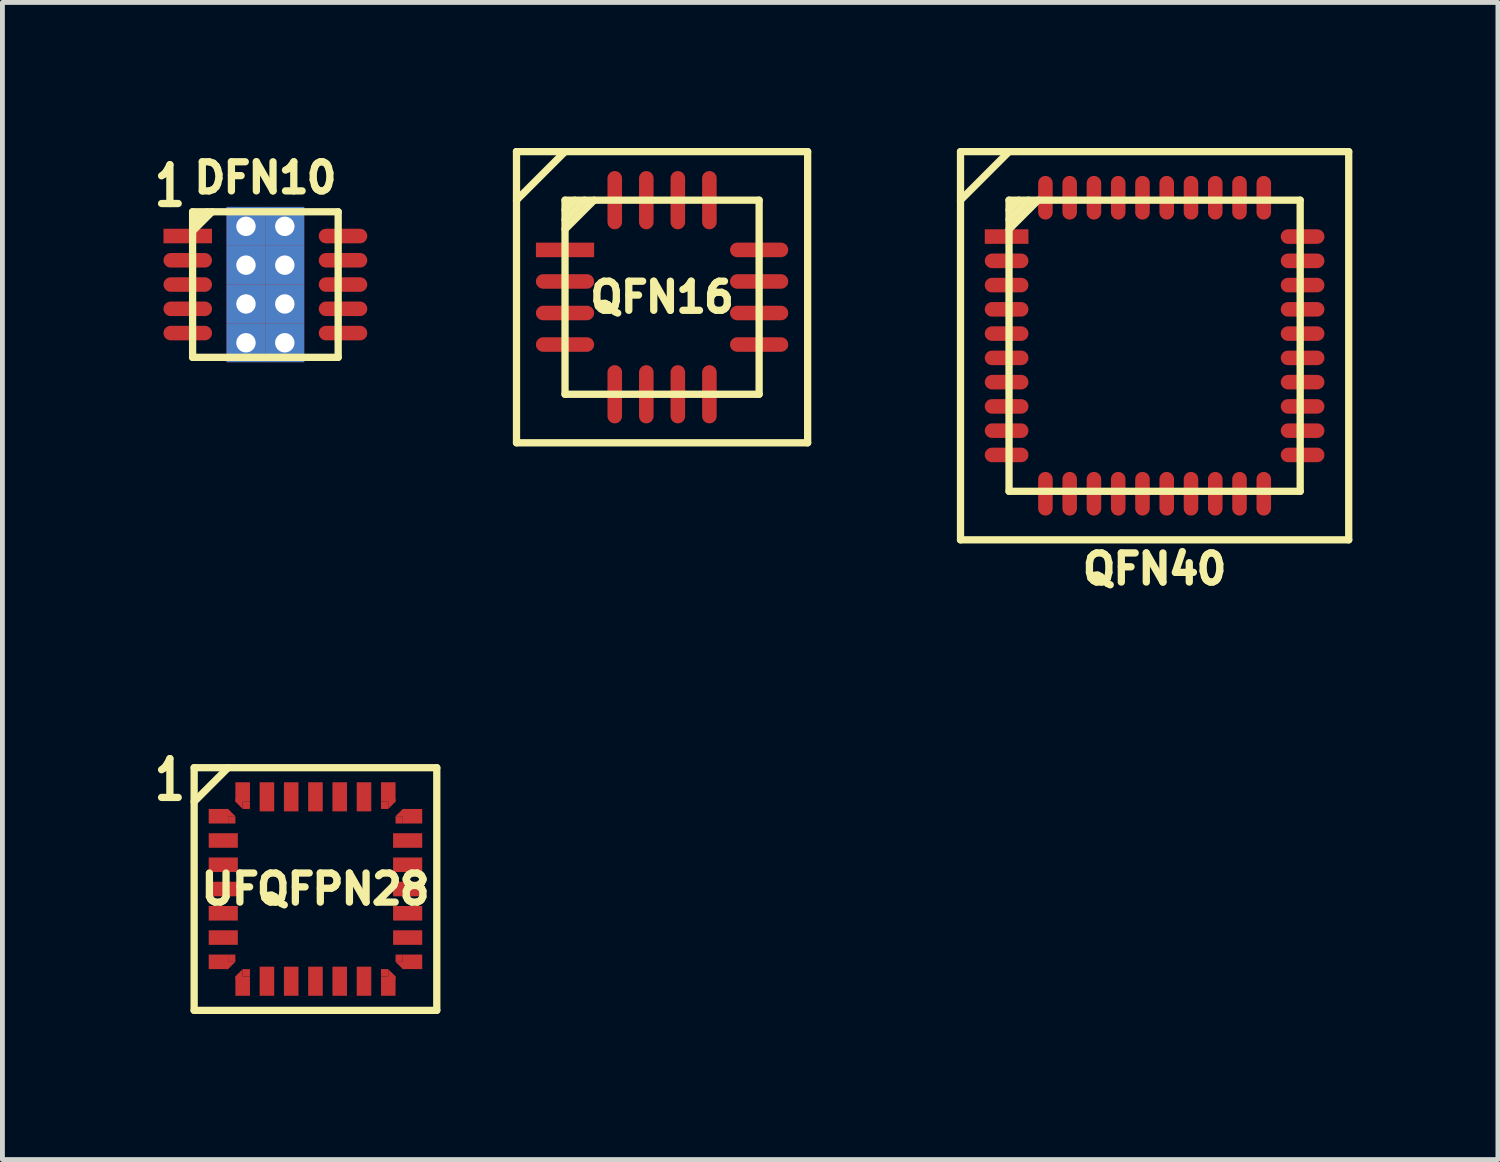
<source format=kicad_pcb>
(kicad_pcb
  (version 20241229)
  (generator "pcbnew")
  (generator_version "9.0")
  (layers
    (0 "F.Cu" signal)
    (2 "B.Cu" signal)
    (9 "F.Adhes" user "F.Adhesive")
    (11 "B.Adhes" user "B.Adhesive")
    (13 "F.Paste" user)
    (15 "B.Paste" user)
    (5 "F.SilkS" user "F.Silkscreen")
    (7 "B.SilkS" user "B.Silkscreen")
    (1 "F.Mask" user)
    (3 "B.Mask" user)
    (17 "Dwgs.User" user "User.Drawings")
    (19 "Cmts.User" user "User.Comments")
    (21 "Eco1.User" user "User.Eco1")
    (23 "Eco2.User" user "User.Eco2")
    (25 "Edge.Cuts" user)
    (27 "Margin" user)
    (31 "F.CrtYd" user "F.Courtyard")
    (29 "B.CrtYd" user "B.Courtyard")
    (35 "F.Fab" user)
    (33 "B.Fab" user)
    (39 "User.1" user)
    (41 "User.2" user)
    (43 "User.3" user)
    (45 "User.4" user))
  (footprint "QFN16"
    (layer "F.Cu")
    (at 10.594 3.075)
    (property "Reference" "QFN16" (at 0 0 0) (layer "F.SilkS") (effects (font (size 0.6 0.6) (thickness 0.15))))
    (attr smd)
    (fp_line (start -3 -3) (end -3 -3) (stroke (width 0.15) (type solid)) (layer "F.SilkS"))
    (fp_line (start -3 -3) (end 3 -3) (stroke (width 0.15) (type solid)) (layer "F.SilkS"))
    (fp_line (start -3 3) (end -3 -3) (stroke (width 0.15) (type solid)) (layer "F.SilkS"))
    (fp_line (start -2 -3) (end -3 -2) (stroke (width 0.15) (type solid)) (layer "F.SilkS"))
    (fp_line (start -2 -2) (end 2 -2) (stroke (width 0.15) (type solid)) (layer "F.SilkS"))
    (fp_line (start -2 -1.6) (end -1.6 -2) (stroke (width 0.15) (type solid)) (layer "F.SilkS"))
    (fp_line (start -2 2) (end -2 -2) (stroke (width 0.15) (type solid)) (layer "F.SilkS"))
    (fp_line (start -1.8 -2) (end -2 -1.8) (stroke (width 0.15) (type solid)) (layer "F.SilkS"))
    (fp_line (start -1.4 -2) (end -2 -1.4) (stroke (width 0.15) (type solid)) (layer "F.SilkS"))
    (fp_line (start 2 -2) (end 2 2) (stroke (width 0.15) (type solid)) (layer "F.SilkS"))
    (fp_line (start 2 2) (end -2 2) (stroke (width 0.15) (type solid)) (layer "F.SilkS"))
    (fp_line (start 3 -3) (end 3 3) (stroke (width 0.15) (type solid)) (layer "F.SilkS"))
    (fp_line (start 3 3) (end -3 3) (stroke (width 0.15) (type solid)) (layer "F.SilkS"))
    (pad "1" smd rect (at -2 -0.975) (size 1.2 0.3) (layers "F.Cu" "F.Mask" "F.Paste"))
    (pad "2" smd oval (at -2 -0.325) (size 1.2 0.3) (layers "F.Cu" "F.Mask" "F.Paste"))
    (pad "3" smd oval (at -2 0.325) (size 1.2 0.3) (layers "F.Cu" "F.Mask" "F.Paste"))
    (pad "4" smd oval (at -2 0.975) (size 1.2 0.3) (layers "F.Cu" "F.Mask" "F.Paste"))
    (pad "5" smd oval (at -0.975 2 270) (size 1.2 0.3) (layers "F.Cu" "F.Mask" "F.Paste"))
    (pad "6" smd oval (at -0.325 2 270) (size 1.2 0.3) (layers "F.Cu" "F.Mask" "F.Paste"))
    (pad "7" smd oval (at 0.325 2 270) (size 1.2 0.3) (layers "F.Cu" "F.Mask" "F.Paste"))
    (pad "8" smd oval (at 0.975 2 270) (size 1.2 0.3) (layers "F.Cu" "F.Mask" "F.Paste"))
    (pad "9" smd oval (at 2 0.975) (size 1.2 0.3) (layers "F.Cu" "F.Mask" "F.Paste"))
    (pad "10" smd oval (at 2 0.325) (size 1.2 0.3) (layers "F.Cu" "F.Mask" "F.Paste"))
    (pad "11" smd oval (at 2 -0.325) (size 1.2 0.3) (layers "F.Cu" "F.Mask" "F.Paste"))
    (pad "12" smd oval (at 2 -0.975) (size 1.2 0.3) (layers "F.Cu" "F.Mask" "F.Paste"))
    (pad "13" smd oval (at 0.975 -2 270) (size 1.2 0.3) (layers "F.Cu" "F.Mask" "F.Paste"))
    (pad "14" smd oval (at 0.325 -2 270) (size 1.2 0.3) (layers "F.Cu" "F.Mask" "F.Paste"))
    (pad "15" smd oval (at -0.325 -2 270) (size 1.2 0.3) (layers "F.Cu" "F.Mask" "F.Paste"))
    (pad "16" smd oval (at -0.975 -2 270) (size 1.2 0.3) (layers "F.Cu" "F.Mask" "F.Paste")))
  (footprint "DFN10"
    (layer "F.Cu")
    (at 2.419 2.814)
    (property "Reference" "DFN10" (at 0 -2.2 0) (layer "F.SilkS") (effects (font (size 0.6 0.6) (thickness 0.15))))
    (attr smd)
    (fp_line (start -1.5 -1.5) (end 1.5 -1.5) (stroke (width 0.15) (type solid)) (layer "F.SilkS"))
    (fp_line (start -1.5 1.5) (end -1.5 -1.5) (stroke (width 0.15) (type solid)) (layer "F.SilkS"))
    (fp_line (start -1.333 -1.46) (end -1.46 -1.333) (stroke (width 0.15) (type solid)) (layer "F.SilkS"))
    (fp_line (start -1.2 -1.5) (end -1.5 -1.2) (stroke (width 0.15) (type solid)) (layer "F.SilkS"))
    (fp_line (start -1.1 -1.5) (end -1.5 -1.1) (stroke (width 0.15) (type solid)) (layer "F.SilkS"))
    (fp_line (start 1.5 -1.5) (end 1.5 1.5) (stroke (width 0.15) (type solid)) (layer "F.SilkS"))
    (fp_line (start 1.5 1.5) (end -1.5 1.5) (stroke (width 0.15) (type solid)) (layer "F.SilkS"))
    (fp_text user "1" (at -1.968 -2.032 0) (layer "F.SilkS") (effects (font (size 0.8 0.6) (thickness 0.15))))
    (pad "1" smd rect (at -1.6 -1) (size 1 0.3) (layers "F.Cu" "F.Mask" "F.Paste"))
    (pad "2" smd oval (at -1.6 -0.5) (size 1 0.3) (layers "F.Cu" "F.Mask" "F.Paste"))
    (pad "3" smd oval (at -1.6 0) (size 1 0.3) (layers "F.Cu" "F.Mask" "F.Paste"))
    (pad "4" smd oval (at -1.6 0.5) (size 1 0.3) (layers "F.Cu" "F.Mask" "F.Paste"))
    (pad "5" smd oval (at -1.6 1) (size 1 0.3) (layers "F.Cu" "F.Mask" "F.Paste"))
    (pad "6" smd oval (at 1.6 1) (size 1 0.3) (layers "F.Cu" "F.Mask" "F.Paste"))
    (pad "7" smd oval (at 1.6 0.5) (size 1 0.3) (layers "F.Cu" "F.Mask" "F.Paste"))
    (pad "8" smd oval (at 1.6 0) (size 1 0.3) (layers "F.Cu" "F.Mask" "F.Paste"))
    (pad "9" smd oval (at 1.6 -0.5) (size 1 0.3) (layers "F.Cu" "F.Mask" "F.Paste"))
    (pad "10" smd oval (at 1.6 -1) (size 1 0.3) (layers "F.Cu" "F.Mask" "F.Paste"))
    (pad "PAD" thru_hole rect (at -0.4 -1.2) (size 0.8 0.8) (drill 0.4) (layers "*.Cu" "*.Mask" "F.Paste"))
    (pad "PAD" thru_hole rect (at -0.4 -0.4) (size 0.8 0.8) (drill 0.4) (layers "*.Cu" "*.Mask" "F.Paste"))
    (pad "PAD" thru_hole rect (at -0.4 0.4) (size 0.8 0.8) (drill 0.4) (layers "*.Cu" "*.Mask" "F.Paste"))
    (pad "PAD" thru_hole rect (at -0.4 1.2) (size 0.8 0.8) (drill 0.4) (layers "*.Cu" "*.Mask" "F.Paste"))
    (pad "PAD" thru_hole rect (at 0.4 -1.2) (size 0.8 0.8) (drill 0.4) (layers "*.Cu" "*.Mask" "F.Paste"))
    (pad "PAD" thru_hole rect (at 0.4 -0.4) (size 0.8 0.8) (drill 0.4) (layers "*.Cu" "*.Mask" "F.Paste"))
    (pad "PAD" thru_hole rect (at 0.4 0.4) (size 0.8 0.8) (drill 0.4) (layers "*.Cu" "*.Mask" "F.Paste"))
    (pad "PAD" thru_hole rect (at 0.4 1.2) (size 0.8 0.8) (drill 0.4) (layers "*.Cu" "*.Mask" "F.Paste")))
  (footprint "QFN40"
    (layer "F.Cu")
    (at 20.744 4.075)
    (property "Reference" "QFN40" (at 0 4.6 180) (layer "F.SilkS") (effects (font (size 0.6 0.6) (thickness 0.15))))
    (attr smd)
    (fp_line (start -4 -4) (end -4 4) (stroke (width 0.15) (type solid)) (layer "F.SilkS"))
    (fp_line (start -4 4) (end 4 4) (stroke (width 0.15) (type solid)) (layer "F.SilkS"))
    (fp_line (start -3 -4) (end -4 -3) (stroke (width 0.15) (type solid)) (layer "F.SilkS"))
    (fp_line (start -3 -3) (end -3 3) (stroke (width 0.15) (type solid)) (layer "F.SilkS"))
    (fp_line (start -3 3) (end 3 3) (stroke (width 0.15) (type solid)) (layer "F.SilkS"))
    (fp_line (start -2.8 -3) (end -3 -2.8) (stroke (width 0.15) (type solid)) (layer "F.SilkS"))
    (fp_line (start -2.6 -3) (end -3 -2.6) (stroke (width 0.15) (type solid)) (layer "F.SilkS"))
    (fp_line (start -2.4 -3) (end -3 -2.4) (stroke (width 0.15) (type solid)) (layer "F.SilkS"))
    (fp_line (start 3 -3) (end -3 -3) (stroke (width 0.15) (type solid)) (layer "F.SilkS"))
    (fp_line (start 3 3) (end 3 -3) (stroke (width 0.15) (type solid)) (layer "F.SilkS"))
    (fp_line (start 4 -4) (end -4 -4) (stroke (width 0.15) (type solid)) (layer "F.SilkS"))
    (fp_line (start 4 4) (end 4 -4) (stroke (width 0.15) (type solid)) (layer "F.SilkS"))
    (pad "1" smd rect (at -3.05 -2.25) (size 0.9 0.3) (layers "F.Cu" "F.Mask"))
    (pad "2" smd oval (at -3.05 -1.75) (size 0.9 0.3) (layers "F.Cu" "F.Mask"))
    (pad "3" smd oval (at -3.05 -1.25) (size 0.9 0.3) (layers "F.Cu" "F.Mask"))
    (pad "4" smd oval (at -3.05 -0.75) (size 0.9 0.3) (layers "F.Cu" "F.Mask"))
    (pad "4" smd oval (at -3.05 -0.25) (size 0.9 0.3) (layers "F.Cu" "F.Mask"))
    (pad "6" smd oval (at -3.05 0.25) (size 0.9 0.3) (layers "F.Cu" "F.Mask"))
    (pad "7" smd oval (at -3.05 0.75) (size 0.9 0.3) (layers "F.Cu" "F.Mask"))
    (pad "8" smd oval (at -3.05 1.25) (size 0.9 0.3) (layers "F.Cu" "F.Mask"))
    (pad "9" smd oval (at -3.05 1.75) (size 0.9 0.3) (layers "F.Cu" "F.Mask"))
    (pad "10" smd oval (at -3.05 2.25) (size 0.9 0.3) (layers "F.Cu" "F.Mask"))
    (pad "11" smd oval (at -2.25 3.05) (size 0.3 0.9) (layers "F.Cu" "F.Mask"))
    (pad "12" smd oval (at -1.75 3.05) (size 0.3 0.9) (layers "F.Cu" "F.Mask"))
    (pad "13" smd oval (at -1.25 3.05) (size 0.3 0.9) (layers "F.Cu" "F.Mask"))
    (pad "14" smd oval (at -0.75 3.05) (size 0.3 0.9) (layers "F.Cu" "F.Mask"))
    (pad "15" smd oval (at -0.25 3.05) (size 0.3 0.9) (layers "F.Cu" "F.Mask"))
    (pad "16" smd oval (at 0.25 3.05) (size 0.3 0.9) (layers "F.Cu" "F.Mask"))
    (pad "17" smd oval (at 0.75 3.05) (size 0.3 0.9) (layers "F.Cu" "F.Mask"))
    (pad "18" smd oval (at 1.25 3.05) (size 0.3 0.9) (layers "F.Cu" "F.Mask"))
    (pad "19" smd oval (at 1.75 3.05) (size 0.3 0.9) (layers "F.Cu" "F.Mask"))
    (pad "20" smd oval (at 2.25 3.05) (size 0.3 0.9) (layers "F.Cu" "F.Mask"))
    (pad "21" smd oval (at 3.05 2.25) (size 0.9 0.3) (layers "F.Cu" "F.Mask"))
    (pad "22" smd oval (at 3.05 1.75) (size 0.9 0.3) (layers "F.Cu" "F.Mask"))
    (pad "23" smd oval (at 3.05 1.25) (size 0.9 0.3) (layers "F.Cu" "F.Mask"))
    (pad "24" smd oval (at 3.05 0.75) (size 0.9 0.3) (layers "F.Cu" "F.Mask"))
    (pad "25" smd oval (at 3.05 0.25) (size 0.9 0.3) (layers "F.Cu" "F.Mask"))
    (pad "26" smd oval (at 3.05 -0.25) (size 0.9 0.3) (layers "F.Cu" "F.Mask"))
    (pad "27" smd oval (at 3.05 -0.75) (size 0.9 0.3) (layers "F.Cu" "F.Mask"))
    (pad "28" smd oval (at 3.05 -1.25) (size 0.9 0.3) (layers "F.Cu" "F.Mask"))
    (pad "29" smd oval (at 3.05 -1.75) (size 0.9 0.3) (layers "F.Cu" "F.Mask"))
    (pad "30" smd oval (at 3.05 -2.25) (size 0.9 0.3) (layers "F.Cu" "F.Mask"))
    (pad "31" smd oval (at 2.25 -3.05) (size 0.3 0.9) (layers "F.Cu" "F.Mask"))
    (pad "32" smd oval (at 1.75 -3.05) (size 0.3 0.9) (layers "F.Cu" "F.Mask"))
    (pad "33" smd oval (at 1.25 -3.05) (size 0.3 0.9) (layers "F.Cu" "F.Mask"))
    (pad "34" smd oval (at 0.75 -3.05) (size 0.3 0.9) (layers "F.Cu" "F.Mask"))
    (pad "35" smd oval (at 0.25 -3.05) (size 0.3 0.9) (layers "F.Cu" "F.Mask"))
    (pad "36" smd oval (at -0.25 -3.05) (size 0.3 0.9) (layers "F.Cu" "F.Mask"))
    (pad "37" smd oval (at -0.75 -3.05) (size 0.3 0.9) (layers "F.Cu" "F.Mask"))
    (pad "38" smd oval (at -1.25 -3.05) (size 0.3 0.9) (layers "F.Cu" "F.Mask"))
    (pad "39" smd oval (at -1.75 -3.05) (size 0.3 0.9) (layers "F.Cu" "F.Mask"))
    (pad "40" smd oval (at -2.25 -3.05) (size 0.3 0.9) (layers "F.Cu" "F.Mask")))
  (footprint "UFQFPN28"
    (layer "F.Cu")
    (at 3.451 15.271)
    (property "Reference" "UFQFPN28" (at 0 0 0) (layer "F.SilkS") (effects (font (size 0.6 0.6) (thickness 0.15))))
    (attr smd)
    (fp_line (start -2.5 -2.5) (end 2.5 -2.5) (stroke (width 0.15) (type solid)) (layer "F.SilkS"))
    (fp_line (start -2.5 -1.8) (end -1.8 -2.5) (stroke (width 0.15) (type solid)) (layer "F.SilkS"))
    (fp_line (start -2.5 2.5) (end -2.5 -2.5) (stroke (width 0.15) (type solid)) (layer "F.SilkS"))
    (fp_line (start 2.5 -2.5) (end 2.5 2.5) (stroke (width 0.15) (type solid)) (layer "F.SilkS"))
    (fp_line (start 2.5 2.5) (end -2.5 2.5) (stroke (width 0.15) (type solid)) (layer "F.SilkS"))
    (fp_text user "1" (at -3 -2.25 0) (layer "F.SilkS") (effects (font (size 0.8 0.6) (thickness 0.15))))
    (pad "1" smd rect (at -2 -1.5) (size 0.4 0.3) (layers "F.Cu" "F.Mask" "F.Paste"))
    (pad "1" smd trapezoid (at -1.825 -1.575) (size 0.2 0.15) (rect_delta 0 0.15) (layers "F.Cu" "F.Mask" "F.Paste"))
    (pad "1" smd rect (at -1.725 -1.425) (size 0.15 0.15) (layers "F.Cu" "F.Mask" "F.Paste"))
    (pad "2" smd rect (at -1.9 -1) (size 0.6 0.3) (layers "F.Cu" "F.Mask" "F.Paste"))
    (pad "3" smd rect (at -1.9 -0.5) (size 0.6 0.3) (layers "F.Cu" "F.Mask" "F.Paste"))
    (pad "4" smd rect (at -1.9 0) (size 0.6 0.3) (layers "F.Cu" "F.Mask" "F.Paste"))
    (pad "5" smd rect (at -1.9 0.5) (size 0.6 0.3) (layers "F.Cu" "F.Mask" "F.Paste"))
    (pad "6" smd rect (at -1.9 1) (size 0.6 0.3) (layers "F.Cu" "F.Mask" "F.Paste"))
    (pad "7" smd rect (at -2 1.5) (size 0.4 0.3) (layers "F.Cu" "F.Mask" "F.Paste"))
    (pad "7" smd trapezoid (at -1.825 1.575 180) (size 0.2 0.15) (rect_delta 0 0.15) (layers "F.Cu" "F.Mask" "F.Paste"))
    (pad "7" smd rect (at -1.725 1.425) (size 0.15 0.15) (layers "F.Cu" "F.Mask" "F.Paste"))
    (pad "8" smd trapezoid (at -1.575 1.825 90) (size 0.2 0.15) (rect_delta 0 0.15) (layers "F.Cu" "F.Mask" "F.Paste"))
    (pad "8" smd rect (at -1.5 2 90) (size 0.4 0.3) (layers "F.Cu" "F.Mask" "F.Paste"))
    (pad "8" smd rect (at -1.425 1.725) (size 0.15 0.15) (layers "F.Cu" "F.Mask" "F.Paste"))
    (pad "9" smd rect (at -1 1.9 90) (size 0.6 0.3) (layers "F.Cu" "F.Mask" "F.Paste"))
    (pad "10" smd rect (at -0.5 1.9 90) (size 0.6 0.3) (layers "F.Cu" "F.Mask" "F.Paste"))
    (pad "11" smd rect (at 0 1.9 90) (size 0.6 0.3) (layers "F.Cu" "F.Mask" "F.Paste"))
    (pad "12" smd rect (at 0.5 1.9 90) (size 0.6 0.3) (layers "F.Cu" "F.Mask" "F.Paste"))
    (pad "13" smd rect (at 1 1.9 90) (size 0.6 0.3) (layers "F.Cu" "F.Mask" "F.Paste"))
    (pad "14" smd rect (at 1.425 1.725) (size 0.15 0.15) (layers "F.Cu" "F.Mask" "F.Paste"))
    (pad "14" smd rect (at 1.5 2 90) (size 0.4 0.3) (layers "F.Cu" "F.Mask" "F.Paste"))
    (pad "14" smd trapezoid (at 1.575 1.825 270) (size 0.2 0.15) (rect_delta 0 0.15) (layers "F.Cu" "F.Mask" "F.Paste"))
    (pad "15" smd rect (at 1.725 1.425) (size 0.15 0.15) (layers "F.Cu" "F.Mask" "F.Paste"))
    (pad "15" smd trapezoid (at 1.825 1.575 180) (size 0.2 0.15) (rect_delta 0 0.15) (layers "F.Cu" "F.Mask" "F.Paste"))
    (pad "15" smd rect (at 2 1.5) (size 0.4 0.3) (layers "F.Cu" "F.Mask" "F.Paste"))
    (pad "16" smd rect (at 1.9 1) (size 0.6 0.3) (layers "F.Cu" "F.Mask" "F.Paste"))
    (pad "17" smd rect (at 1.9 0.5) (size 0.6 0.3) (layers "F.Cu" "F.Mask" "F.Paste"))
    (pad "18" smd rect (at 1.9 0) (size 0.6 0.3) (layers "F.Cu" "F.Mask" "F.Paste"))
    (pad "19" smd rect (at 1.9 -0.5) (size 0.6 0.3) (layers "F.Cu" "F.Mask" "F.Paste"))
    (pad "20" smd rect (at 1.9 -1) (size 0.6 0.3) (layers "F.Cu" "F.Mask" "F.Paste"))
    (pad "21" smd rect (at 1.725 -1.425) (size 0.15 0.15) (layers "F.Cu" "F.Mask" "F.Paste"))
    (pad "21" smd trapezoid (at 1.825 -1.575) (size 0.2 0.15) (rect_delta 0 0.15) (layers "F.Cu" "F.Mask" "F.Paste"))
    (pad "21" smd rect (at 2 -1.5) (size 0.4 0.3) (layers "F.Cu" "F.Mask" "F.Paste"))
    (pad "22" smd rect (at 1.425 -1.725) (size 0.15 0.15) (layers "F.Cu" "F.Mask" "F.Paste"))
    (pad "22" smd rect (at 1.5 -2 90) (size 0.4 0.3) (layers "F.Cu" "F.Mask" "F.Paste"))
    (pad "22" smd trapezoid (at 1.575 -1.825 270) (size 0.2 0.15) (rect_delta 0 0.15) (layers "F.Cu" "F.Mask" "F.Paste"))
    (pad "23" smd rect (at 1 -1.9 90) (size 0.6 0.3) (layers "F.Cu" "F.Mask" "F.Paste"))
    (pad "24" smd rect (at 0.5 -1.9 90) (size 0.6 0.3) (layers "F.Cu" "F.Mask" "F.Paste"))
    (pad "25" smd rect (at 0 -1.9 90) (size 0.6 0.3) (layers "F.Cu" "F.Mask" "F.Paste"))
    (pad "26" smd rect (at -0.5 -1.9 90) (size 0.6 0.3) (layers "F.Cu" "F.Mask" "F.Paste"))
    (pad "27" smd rect (at -1 -1.9 90) (size 0.6 0.3) (layers "F.Cu" "F.Mask" "F.Paste"))
    (pad "28" smd trapezoid (at -1.575 -1.825 90) (size 0.2 0.15) (rect_delta 0 0.15) (layers "F.Cu" "F.Mask" "F.Paste"))
    (pad "28" smd rect (at -1.5 -2 90) (size 0.4 0.3) (layers "F.Cu" "F.Mask" "F.Paste"))
    (pad "28" smd rect (at -1.425 -1.725) (size 0.15 0.15) (layers "F.Cu" "F.Mask" "F.Paste")))
  (gr_rect
    (start -3 -3)
    (end 27.819 20.846)
    (stroke (width 0.1) (type default))
    (fill no)
    (layer "Edge.Cuts")))
</source>
